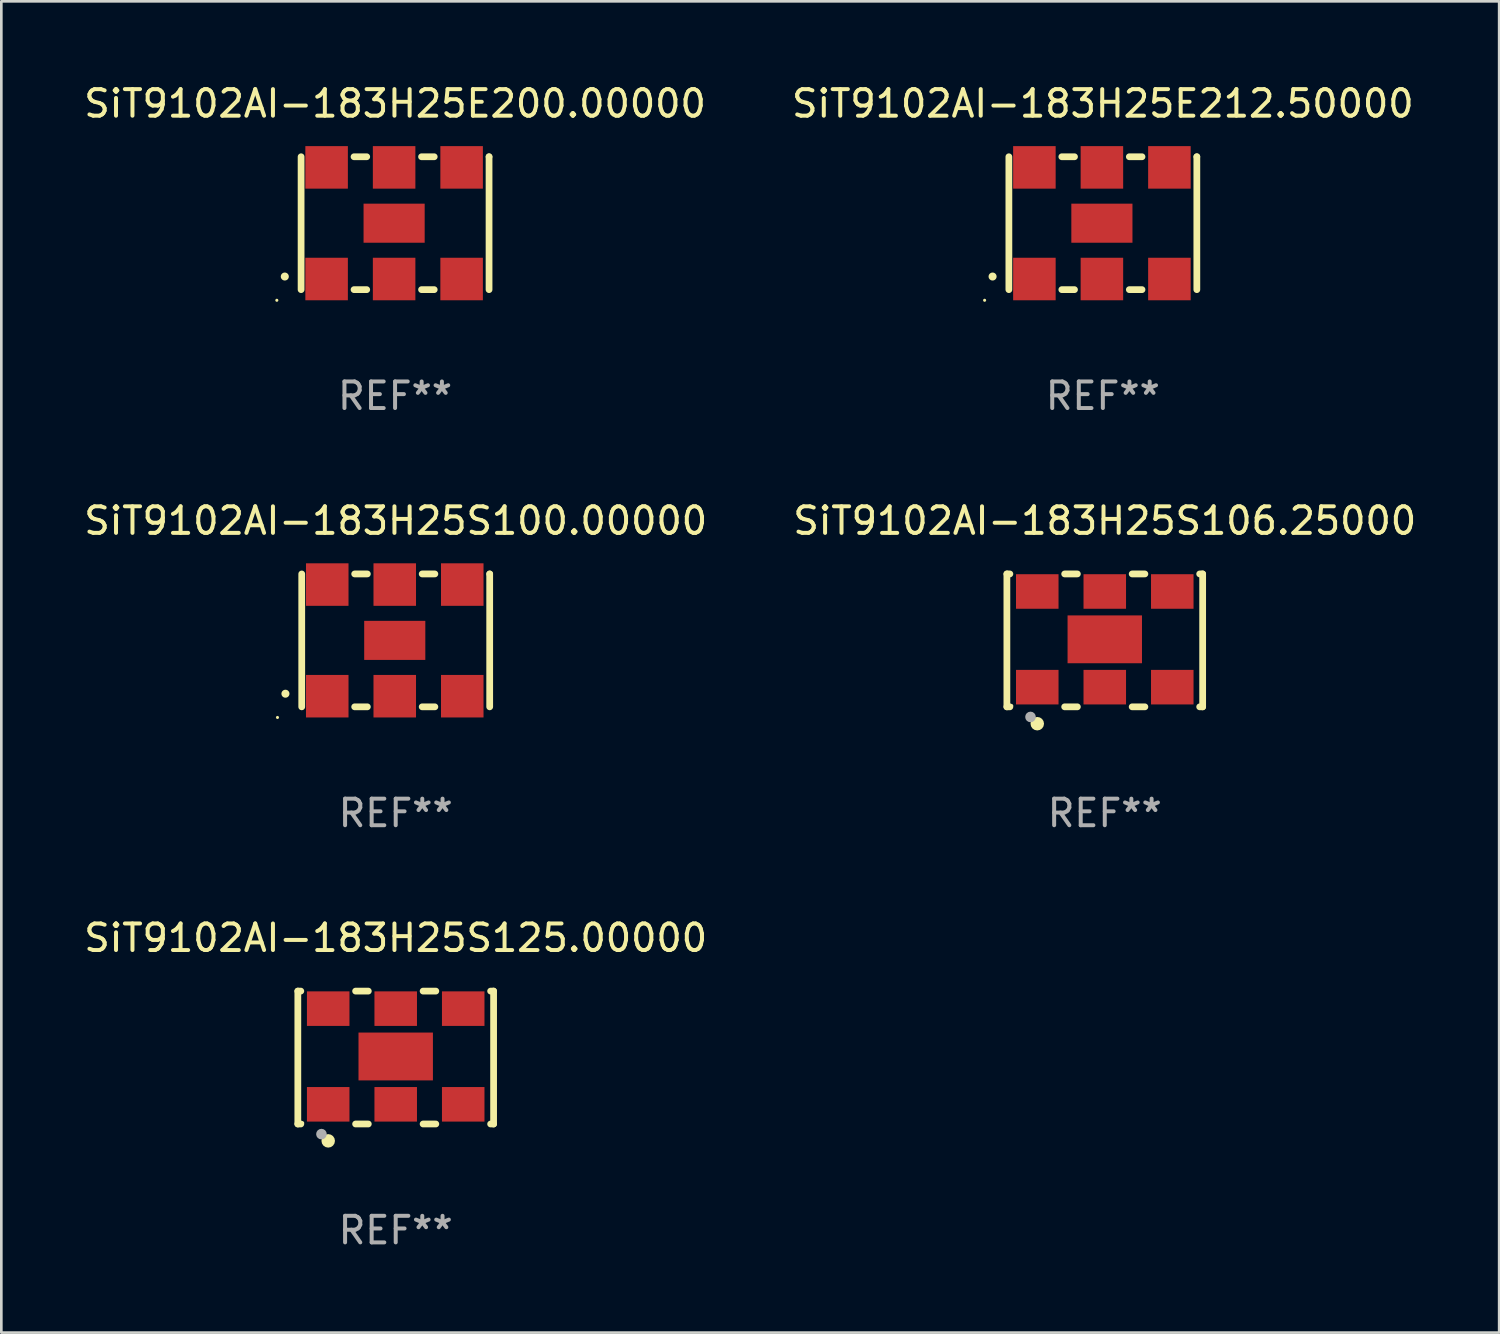
<source format=kicad_pcb>
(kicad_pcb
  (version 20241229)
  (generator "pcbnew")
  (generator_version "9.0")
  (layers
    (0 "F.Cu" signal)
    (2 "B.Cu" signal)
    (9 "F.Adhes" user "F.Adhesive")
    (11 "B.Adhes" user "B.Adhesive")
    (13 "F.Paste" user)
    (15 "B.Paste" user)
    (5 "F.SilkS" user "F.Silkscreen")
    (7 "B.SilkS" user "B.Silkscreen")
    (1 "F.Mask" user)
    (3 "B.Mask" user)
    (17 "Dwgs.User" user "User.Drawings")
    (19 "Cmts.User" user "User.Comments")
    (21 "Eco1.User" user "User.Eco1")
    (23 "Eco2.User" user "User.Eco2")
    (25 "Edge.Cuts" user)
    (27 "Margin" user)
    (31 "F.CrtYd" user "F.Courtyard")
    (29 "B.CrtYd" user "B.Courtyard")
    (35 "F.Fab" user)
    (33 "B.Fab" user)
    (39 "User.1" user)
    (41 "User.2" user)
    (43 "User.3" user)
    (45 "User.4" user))
  (footprint "SiT9102AI-183H25S125.00000"
    (layer "F.Cu")
    (at 11.839 36.741)
    (property "Reference" "SiT9102AI-183H25S125.00000" (at 0 -4.5 0) (layer "F.SilkS") (effects (font (size 1 1) (thickness 0.15))))
    (attr through_hole)
    (fp_line (start -3.683 -2.5) (end -3.571 -2.5) (stroke (width 0.254) (type solid)) (layer "F.SilkS"))
    (fp_line (start -3.683 2.5) (end -3.683 -2.5) (stroke (width 0.254) (type solid)) (layer "F.SilkS"))
    (fp_line (start -3.683 2.5) (end -3.571 2.5) (stroke (width 0.254) (type solid)) (layer "F.SilkS"))
    (fp_line (start -1.509 -2.5) (end -1.031 -2.5) (stroke (width 0.254) (type solid)) (layer "F.SilkS"))
    (fp_line (start -1.509 2.5) (end -1.031 2.5) (stroke (width 0.254) (type solid)) (layer "F.SilkS"))
    (fp_line (start 1.031 -2.5) (end 1.509 -2.5) (stroke (width 0.254) (type solid)) (layer "F.SilkS"))
    (fp_line (start 1.031 2.5) (end 1.509 2.5) (stroke (width 0.254) (type solid)) (layer "F.SilkS"))
    (fp_line (start 3.571 -2.5) (end 3.683 -2.5) (stroke (width 0.254) (type solid)) (layer "F.SilkS"))
    (fp_line (start 3.571 2.5) (end 3.683 2.5) (stroke (width 0.254) (type solid)) (layer "F.SilkS"))
    (fp_line (start 3.683 2.5) (end 3.683 -2.5) (stroke (width 0.254) (type solid)) (layer "F.SilkS"))
    (fp_circle (center -3.5 2.46) (end -3.47 2.46) (stroke (width 0.06) (type solid)) (fill no) (layer "F.SilkS"))
    (fp_circle (center -2.54 3.135) (end -2.413 3.135) (stroke (width 0.254) (type solid)) (fill no) (layer "F.SilkS"))
    (fp_circle (center -2.794 2.881) (end -2.694 2.881) (stroke (width 0.2) (type solid)) (fill no) (layer "F.Fab"))
    (fp_text user "REF**" (at 0 6.5 0) (layer "F.Fab") (effects (font (size 1 1) (thickness 0.15))))
    (pad "1" smd rect (at -2.54 1.76) (size 1.6 1.3) (layers "F.Cu" "F.Mask" "F.Paste"))
    (pad "2" smd rect (at 0 1.76) (size 1.6 1.3) (layers "F.Cu" "F.Mask" "F.Paste"))
    (pad "3" smd rect (at 2.54 1.76) (size 1.6 1.3) (layers "F.Cu" "F.Mask" "F.Paste"))
    (pad "4" smd rect (at 2.54 -1.84) (size 1.6 1.3) (layers "F.Cu" "F.Mask" "F.Paste"))
    (pad "5" smd rect (at 0 -1.84) (size 1.6 1.3) (layers "F.Cu" "F.Mask" "F.Paste"))
    (pad "6" smd rect (at -2.54 -1.84) (size 1.6 1.3) (layers "F.Cu" "F.Mask" "F.Paste"))
    (pad "7" smd rect (at 0 -0.04) (size 2.8 1.8) (layers "F.Cu" "F.Mask" "F.Paste")))
  (footprint "SiT9102AI-183H25S106.25000"
    (layer "F.Cu")
    (at 38.518 21.045)
    (property "Reference" "SiT9102AI-183H25S106.25000" (at 0 -4.5 0) (layer "F.SilkS") (effects (font (size 1 1) (thickness 0.15))))
    (attr through_hole)
    (fp_line (start -3.683 -2.5) (end -3.571 -2.5) (stroke (width 0.254) (type solid)) (layer "F.SilkS"))
    (fp_line (start -3.683 2.5) (end -3.683 -2.5) (stroke (width 0.254) (type solid)) (layer "F.SilkS"))
    (fp_line (start -3.683 2.5) (end -3.571 2.5) (stroke (width 0.254) (type solid)) (layer "F.SilkS"))
    (fp_line (start -1.509 -2.5) (end -1.031 -2.5) (stroke (width 0.254) (type solid)) (layer "F.SilkS"))
    (fp_line (start -1.509 2.5) (end -1.031 2.5) (stroke (width 0.254) (type solid)) (layer "F.SilkS"))
    (fp_line (start 1.031 -2.5) (end 1.509 -2.5) (stroke (width 0.254) (type solid)) (layer "F.SilkS"))
    (fp_line (start 1.031 2.5) (end 1.509 2.5) (stroke (width 0.254) (type solid)) (layer "F.SilkS"))
    (fp_line (start 3.571 -2.5) (end 3.683 -2.5) (stroke (width 0.254) (type solid)) (layer "F.SilkS"))
    (fp_line (start 3.571 2.5) (end 3.683 2.5) (stroke (width 0.254) (type solid)) (layer "F.SilkS"))
    (fp_line (start 3.683 2.5) (end 3.683 -2.5) (stroke (width 0.254) (type solid)) (layer "F.SilkS"))
    (fp_circle (center -3.5 2.46) (end -3.47 2.46) (stroke (width 0.06) (type solid)) (fill no) (layer "F.SilkS"))
    (fp_circle (center -2.54 3.135) (end -2.413 3.135) (stroke (width 0.254) (type solid)) (fill no) (layer "F.SilkS"))
    (fp_circle (center -2.794 2.881) (end -2.694 2.881) (stroke (width 0.2) (type solid)) (fill no) (layer "F.Fab"))
    (fp_text user "REF**" (at 0 6.5 0) (layer "F.Fab") (effects (font (size 1 1) (thickness 0.15))))
    (pad "1" smd rect (at -2.54 1.76) (size 1.6 1.3) (layers "F.Cu" "F.Mask" "F.Paste"))
    (pad "2" smd rect (at 0 1.76) (size 1.6 1.3) (layers "F.Cu" "F.Mask" "F.Paste"))
    (pad "3" smd rect (at 2.54 1.76) (size 1.6 1.3) (layers "F.Cu" "F.Mask" "F.Paste"))
    (pad "4" smd rect (at 2.54 -1.84) (size 1.6 1.3) (layers "F.Cu" "F.Mask" "F.Paste"))
    (pad "5" smd rect (at 0 -1.84) (size 1.6 1.3) (layers "F.Cu" "F.Mask" "F.Paste"))
    (pad "6" smd rect (at -2.54 -1.84) (size 1.6 1.3) (layers "F.Cu" "F.Mask" "F.Paste"))
    (pad "7" smd rect (at 0 -0.04) (size 2.8 1.8) (layers "F.Cu" "F.Mask" "F.Paste")))
  (footprint "SiT9102AI-183H25S100.00000"
    (layer "F.Cu")
    (at 11.839 21.045)
    (property "Reference" "SiT9102AI-183H25S100.00000" (at 0 -4.5 0) (layer "F.SilkS") (effects (font (size 1 1) (thickness 0.15))))
    (attr through_hole)
    (fp_line (start -3.536 -2.5) (end -3.536 2.5) (stroke (width 0.254) (type solid)) (layer "F.SilkS"))
    (fp_line (start -1.544 2.5) (end -1.067 2.5) (stroke (width 0.254) (type solid)) (layer "F.SilkS"))
    (fp_line (start -1.067 -2.5) (end -1.544 -2.5) (stroke (width 0.254) (type solid)) (layer "F.SilkS"))
    (fp_line (start 0.996 2.5) (end 1.473 2.5) (stroke (width 0.254) (type solid)) (layer "F.SilkS"))
    (fp_line (start 1.473 -2.5) (end 0.996 -2.5) (stroke (width 0.254) (type solid)) (layer "F.SilkS"))
    (fp_line (start 3.536 -2.5) (end 3.536 -2.5) (stroke (width 0.254) (type solid)) (layer "F.SilkS"))
    (fp_line (start 3.536 2.5) (end 3.536 -2.5) (stroke (width 0.254) (type solid)) (layer "F.SilkS"))
    (fp_arc (start -4.150432 2.006604) (mid -4.149162 2.006599) (end -4.147892 2.006604) (stroke (width 0.3) (type solid)) (layer "F.SilkS"))
    (fp_circle (center -4.449 2.9) (end -4.419 2.9) (stroke (width 0.06) (type solid)) (fill no) (layer "F.SilkS"))
    (fp_text user "REF**" (at 0 6.5 0) (layer "F.Fab") (effects (font (size 1 1) (thickness 0.15))))
    (pad "1" smd rect (at -2.576 2.1) (size 1.6 1.6) (layers "F.Cu" "F.Mask" "F.Paste"))
    (pad "2" smd rect (at -0.036 2.1) (size 1.6 1.6) (layers "F.Cu" "F.Mask" "F.Paste"))
    (pad "3" smd rect (at 2.504 2.1) (size 1.6 1.6) (layers "F.Cu" "F.Mask" "F.Paste"))
    (pad "4" smd rect (at 2.504 -2.1) (size 1.6 1.6) (layers "F.Cu" "F.Mask" "F.Paste"))
    (pad "5" smd rect (at -0.036 -2.1) (size 1.6 1.6) (layers "F.Cu" "F.Mask" "F.Paste"))
    (pad "6" smd rect (at -2.576 -2.1) (size 1.6 1.6) (layers "F.Cu" "F.Mask" "F.Paste"))
    (pad "7" smd rect (at -0.036 0) (size 2.3 1.47) (layers "F.Cu" "F.Mask" "F.Paste")))
  (footprint "SiT9102AI-183H25E212.50000"
    (layer "F.Cu")
    (at 38.446 5.348)
    (property "Reference" "SiT9102AI-183H25E212.50000" (at 0 -4.5 0) (layer "F.SilkS") (effects (font (size 1 1) (thickness 0.15))))
    (attr through_hole)
    (fp_line (start -3.536 -2.5) (end -3.536 2.5) (stroke (width 0.254) (type solid)) (layer "F.SilkS"))
    (fp_line (start -1.544 2.5) (end -1.067 2.5) (stroke (width 0.254) (type solid)) (layer "F.SilkS"))
    (fp_line (start -1.067 -2.5) (end -1.544 -2.5) (stroke (width 0.254) (type solid)) (layer "F.SilkS"))
    (fp_line (start 0.996 2.5) (end 1.473 2.5) (stroke (width 0.254) (type solid)) (layer "F.SilkS"))
    (fp_line (start 1.473 -2.5) (end 0.996 -2.5) (stroke (width 0.254) (type solid)) (layer "F.SilkS"))
    (fp_line (start 3.536 -2.5) (end 3.536 -2.5) (stroke (width 0.254) (type solid)) (layer "F.SilkS"))
    (fp_line (start 3.536 2.5) (end 3.536 -2.5) (stroke (width 0.254) (type solid)) (layer "F.SilkS"))
    (fp_arc (start -4.150432 2.006604) (mid -4.149162 2.006599) (end -4.147892 2.006604) (stroke (width 0.3) (type solid)) (layer "F.SilkS"))
    (fp_circle (center -4.449 2.9) (end -4.419 2.9) (stroke (width 0.06) (type solid)) (fill no) (layer "F.SilkS"))
    (fp_text user "REF**" (at 0 6.5 0) (layer "F.Fab") (effects (font (size 1 1) (thickness 0.15))))
    (pad "1" smd rect (at -2.576 2.1) (size 1.6 1.6) (layers "F.Cu" "F.Mask" "F.Paste"))
    (pad "2" smd rect (at -0.036 2.1) (size 1.6 1.6) (layers "F.Cu" "F.Mask" "F.Paste"))
    (pad "3" smd rect (at 2.504 2.1) (size 1.6 1.6) (layers "F.Cu" "F.Mask" "F.Paste"))
    (pad "4" smd rect (at 2.504 -2.1) (size 1.6 1.6) (layers "F.Cu" "F.Mask" "F.Paste"))
    (pad "5" smd rect (at -0.036 -2.1) (size 1.6 1.6) (layers "F.Cu" "F.Mask" "F.Paste"))
    (pad "6" smd rect (at -2.576 -2.1) (size 1.6 1.6) (layers "F.Cu" "F.Mask" "F.Paste"))
    (pad "7" smd rect (at -0.036 0) (size 2.3 1.47) (layers "F.Cu" "F.Mask" "F.Paste")))
  (footprint "SiT9102AI-183H25E200.00000"
    (layer "F.Cu")
    (at 11.815 5.348)
    (property "Reference" "SiT9102AI-183H25E200.00000" (at 0 -4.5 0) (layer "F.SilkS") (effects (font (size 1 1) (thickness 0.15))))
    (attr through_hole)
    (fp_line (start -3.536 -2.5) (end -3.536 2.5) (stroke (width 0.254) (type solid)) (layer "F.SilkS"))
    (fp_line (start -1.544 2.5) (end -1.067 2.5) (stroke (width 0.254) (type solid)) (layer "F.SilkS"))
    (fp_line (start -1.067 -2.5) (end -1.544 -2.5) (stroke (width 0.254) (type solid)) (layer "F.SilkS"))
    (fp_line (start 0.996 2.5) (end 1.473 2.5) (stroke (width 0.254) (type solid)) (layer "F.SilkS"))
    (fp_line (start 1.473 -2.5) (end 0.996 -2.5) (stroke (width 0.254) (type solid)) (layer "F.SilkS"))
    (fp_line (start 3.536 -2.5) (end 3.536 -2.5) (stroke (width 0.254) (type solid)) (layer "F.SilkS"))
    (fp_line (start 3.536 2.5) (end 3.536 -2.5) (stroke (width 0.254) (type solid)) (layer "F.SilkS"))
    (fp_arc (start -4.150432 2.006604) (mid -4.149162 2.006599) (end -4.147892 2.006604) (stroke (width 0.3) (type solid)) (layer "F.SilkS"))
    (fp_circle (center -4.449 2.9) (end -4.419 2.9) (stroke (width 0.06) (type solid)) (fill no) (layer "F.SilkS"))
    (fp_text user "REF**" (at 0 6.5 0) (layer "F.Fab") (effects (font (size 1 1) (thickness 0.15))))
    (pad "1" smd rect (at -2.576 2.1) (size 1.6 1.6) (layers "F.Cu" "F.Mask" "F.Paste"))
    (pad "2" smd rect (at -0.036 2.1) (size 1.6 1.6) (layers "F.Cu" "F.Mask" "F.Paste"))
    (pad "3" smd rect (at 2.504 2.1) (size 1.6 1.6) (layers "F.Cu" "F.Mask" "F.Paste"))
    (pad "4" smd rect (at 2.504 -2.1) (size 1.6 1.6) (layers "F.Cu" "F.Mask" "F.Paste"))
    (pad "5" smd rect (at -0.036 -2.1) (size 1.6 1.6) (layers "F.Cu" "F.Mask" "F.Paste"))
    (pad "6" smd rect (at -2.576 -2.1) (size 1.6 1.6) (layers "F.Cu" "F.Mask" "F.Paste"))
    (pad "7" smd rect (at -0.036 0) (size 2.3 1.47) (layers "F.Cu" "F.Mask" "F.Paste")))
  (gr_rect
    (start -3 -3)
    (end 53.357 47.09)
    (stroke (width 0.1) (type default))
    (fill no)
    (layer "Edge.Cuts")))
</source>
